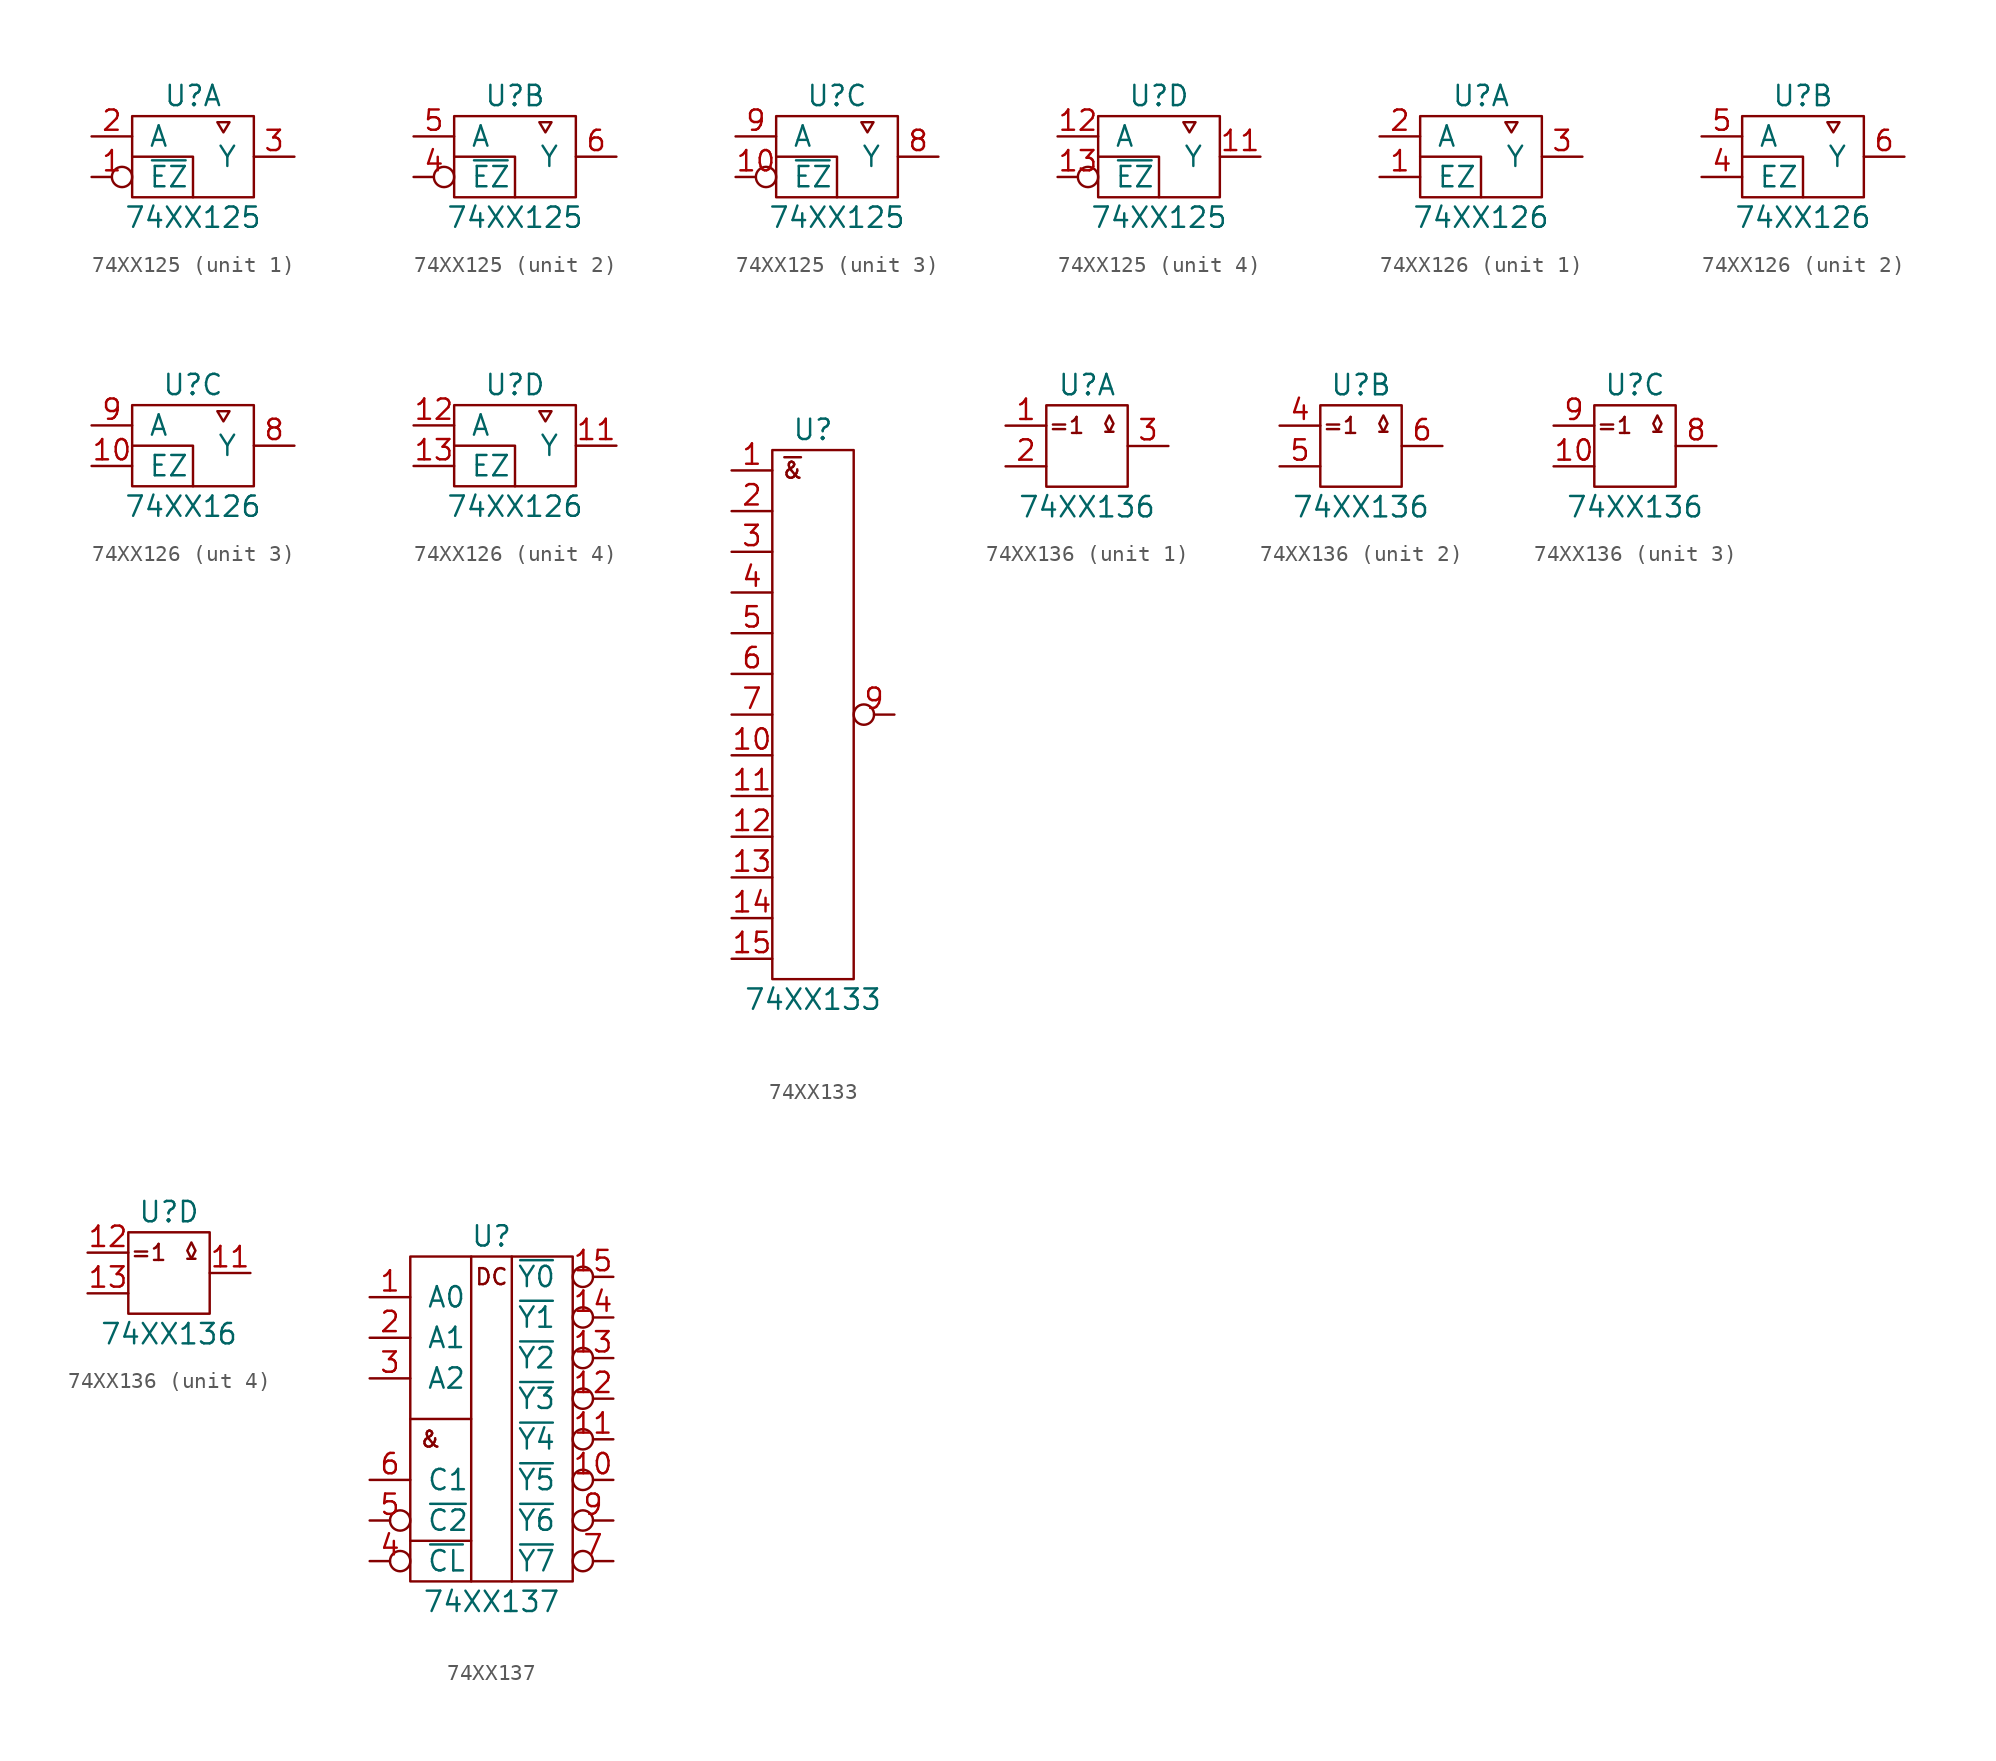
<source format=kicad_sym>
(kicad_symbol_lib
  (version 20211014)
  (generator kicad_symbol_editor)
  (symbol "74XX125"
    (pin_names
      (offset 1.016))
    (property "Reference" "U"
      (at 0 3.81 0)
      (effects (font (size 1.27 1.27))))
    (property "Value" "74XX125"
      (at 0 -3.81 0)
      (effects (font (size 1.27 1.27))))
    (symbol "74XX125_0_1"
      (polyline (pts (xy -3.81 0) (xy 0 0) (xy 0 -2.54)) (stroke (width 0) (type default) (color 0 0 0 0)) (fill (type none)))
      (polyline (pts (xy 1.905 1.524) (xy 1.524 2.159) (xy 2.286 2.159) (xy 1.905 1.524)) (stroke (width 0) (type default) (color 0 0 0 0)) (fill (type none)))
      (rectangle (start 3.81 -2.54) (end -3.81 2.54) (stroke (width 0) (type default) (color 0 0 0 0)) (fill (type none)))
      (pin power_in line (at 3.81 2.54 180) (length 0) hide (name "VCC" (effects (font (size 1.27 1.27)))) (number "14" (effects (font (size 1.27 1.27)))))
      (pin power_in line (at 3.81 -2.54 180) (length 0) hide (name "GND" (effects (font (size 1.27 1.27)))) (number "7" (effects (font (size 1.27 1.27))))))
    (symbol "74XX125_1_1"
      (pin input inverted (at -6.35 -1.27 0) (length 2.54) (name "~{EZ}" (effects (font (size 1.27 1.27)))) (number "1" (effects (font (size 1.27 1.27)))))
      (pin input line (at -6.35 1.27 0) (length 2.54) (name "A" (effects (font (size 1.27 1.27)))) (number "2" (effects (font (size 1.27 1.27)))))
      (pin tri_state line (at 6.35 0 180) (length 2.54) (name "Y" (effects (font (size 1.27 1.27)))) (number "3" (effects (font (size 1.27 1.27))))))
    (symbol "74XX125_2_1"
      (pin input inverted (at -6.35 -1.27 0) (length 2.54) (name "~{EZ}" (effects (font (size 1.27 1.27)))) (number "4" (effects (font (size 1.27 1.27)))))
      (pin input line (at -6.35 1.27 0) (length 2.54) (name "A" (effects (font (size 1.27 1.27)))) (number "5" (effects (font (size 1.27 1.27)))))
      (pin tri_state line (at 6.35 0 180) (length 2.54) (name "Y" (effects (font (size 1.27 1.27)))) (number "6" (effects (font (size 1.27 1.27))))))
    (symbol "74XX125_3_1"
      (pin input inverted (at -6.35 -1.27 0) (length 2.54) (name "~{EZ}" (effects (font (size 1.27 1.27)))) (number "10" (effects (font (size 1.27 1.27)))))
      (pin tri_state line (at 6.35 0 180) (length 2.54) (name "Y" (effects (font (size 1.27 1.27)))) (number "8" (effects (font (size 1.27 1.27)))))
      (pin input line (at -6.35 1.27 0) (length 2.54) (name "A" (effects (font (size 1.27 1.27)))) (number "9" (effects (font (size 1.27 1.27))))))
    (symbol "74XX125_4_1"
      (pin tri_state line (at 6.35 0 180) (length 2.54) (name "Y" (effects (font (size 1.27 1.27)))) (number "11" (effects (font (size 1.27 1.27)))))
      (pin input line (at -6.35 1.27 0) (length 2.54) (name "A" (effects (font (size 1.27 1.27)))) (number "12" (effects (font (size 1.27 1.27)))))
      (pin input inverted (at -6.35 -1.27 0) (length 2.54) (name "~{EZ}" (effects (font (size 1.27 1.27)))) (number "13" (effects (font (size 1.27 1.27)))))))
  (symbol "74XX126"
    (pin_names
      (offset 1.016))
    (property "Reference" "U"
      (at 0 3.81 0)
      (effects (font (size 1.27 1.27))))
    (property "Value" "74XX126"
      (at 0 -3.81 0)
      (effects (font (size 1.27 1.27))))
    (symbol "74XX126_0_1"
      (polyline (pts (xy -3.81 0) (xy 0 0) (xy 0 -2.54)) (stroke (width 0) (type default) (color 0 0 0 0)) (fill (type none)))
      (polyline (pts (xy 1.905 1.524) (xy 1.524 2.159) (xy 2.286 2.159) (xy 1.905 1.524)) (stroke (width 0) (type default) (color 0 0 0 0)) (fill (type none)))
      (rectangle (start 3.81 -2.54) (end -3.81 2.54) (stroke (width 0) (type default) (color 0 0 0 0)) (fill (type none)))
      (pin power_in line (at 3.81 2.54 180) (length 0) hide (name "VCC" (effects (font (size 1.27 1.27)))) (number "14" (effects (font (size 1.27 1.27)))))
      (pin power_in line (at 3.81 -2.54 180) (length 0) hide (name "GND" (effects (font (size 1.27 1.27)))) (number "7" (effects (font (size 1.27 1.27))))))
    (symbol "74XX126_1_1"
      (pin input line (at -6.35 -1.27 0) (length 2.54) (name "EZ" (effects (font (size 1.27 1.27)))) (number "1" (effects (font (size 1.27 1.27)))))
      (pin input line (at -6.35 1.27 0) (length 2.54) (name "A" (effects (font (size 1.27 1.27)))) (number "2" (effects (font (size 1.27 1.27)))))
      (pin tri_state line (at 6.35 0 180) (length 2.54) (name "Y" (effects (font (size 1.27 1.27)))) (number "3" (effects (font (size 1.27 1.27))))))
    (symbol "74XX126_2_1"
      (pin input line (at -6.35 -1.27 0) (length 2.54) (name "EZ" (effects (font (size 1.27 1.27)))) (number "4" (effects (font (size 1.27 1.27)))))
      (pin input line (at -6.35 1.27 0) (length 2.54) (name "A" (effects (font (size 1.27 1.27)))) (number "5" (effects (font (size 1.27 1.27)))))
      (pin tri_state line (at 6.35 0 180) (length 2.54) (name "Y" (effects (font (size 1.27 1.27)))) (number "6" (effects (font (size 1.27 1.27))))))
    (symbol "74XX126_3_1"
      (pin input line (at -6.35 -1.27 0) (length 2.54) (name "EZ" (effects (font (size 1.27 1.27)))) (number "10" (effects (font (size 1.27 1.27)))))
      (pin tri_state line (at 6.35 0 180) (length 2.54) (name "Y" (effects (font (size 1.27 1.27)))) (number "8" (effects (font (size 1.27 1.27)))))
      (pin input line (at -6.35 1.27 0) (length 2.54) (name "A" (effects (font (size 1.27 1.27)))) (number "9" (effects (font (size 1.27 1.27))))))
    (symbol "74XX126_4_1"
      (pin tri_state line (at 6.35 0 180) (length 2.54) (name "Y" (effects (font (size 1.27 1.27)))) (number "11" (effects (font (size 1.27 1.27)))))
      (pin input line (at -6.35 1.27 0) (length 2.54) (name "A" (effects (font (size 1.27 1.27)))) (number "12" (effects (font (size 1.27 1.27)))))
      (pin input line (at -6.35 -1.27 0) (length 2.54) (name "EZ" (effects (font (size 1.27 1.27)))) (number "13" (effects (font (size 1.27 1.27)))))))
  (symbol "74XX133"
    (pin_names
      (offset 1.016) hide)
    (property "Reference" "U"
      (at 0 17.78 0)
      (effects (font (size 1.27 1.27))))
    (property "Value" "74XX133"
      (at 0 -17.78 0)
      (effects (font (size 1.27 1.27))))
    (symbol "74XX133_0_0"
      (text "~{&}" (at -1.27 15.24 0) (effects (font (size 1 1)))))
    (symbol "74XX133_0_1"
      (rectangle (start -2.54 -16.51) (end 2.54 16.51) (stroke (width 0) (type default) (color 0 0 0 0)) (fill (type none)))
      (pin power_in line (at 2.54 16.51 180) (length 0) hide (name "VCC" (effects (font (size 1.27 1.27)))) (number "16" (effects (font (size 1.27 1.27)))))
      (pin power_in line (at 2.54 -16.51 180) (length 0) hide (name "GND" (effects (font (size 1.27 1.27)))) (number "8" (effects (font (size 1.27 1.27))))))
    (symbol "74XX133_1_1"
      (pin input line (at -5.08 15.24 0) (length 2.54) (name "A" (effects (font (size 1.27 1.27)))) (number "1" (effects (font (size 1.27 1.27)))))
      (pin input line (at -5.08 -2.54 0) (length 2.54) (name "H" (effects (font (size 1.27 1.27)))) (number "10" (effects (font (size 1.27 1.27)))))
      (pin input line (at -5.08 -5.08 0) (length 2.54) (name "I" (effects (font (size 1.27 1.27)))) (number "11" (effects (font (size 1.27 1.27)))))
      (pin input line (at -5.08 -7.62 0) (length 2.54) (name "J" (effects (font (size 1.27 1.27)))) (number "12" (effects (font (size 1.27 1.27)))))
      (pin input line (at -5.08 -10.16 0) (length 2.54) (name "K" (effects (font (size 1.27 1.27)))) (number "13" (effects (font (size 1.27 1.27)))))
      (pin input line (at -5.08 -12.7 0) (length 2.54) (name "L" (effects (font (size 1.27 1.27)))) (number "14" (effects (font (size 1.27 1.27)))))
      (pin input line (at -5.08 -15.24 0) (length 2.54) (name "M" (effects (font (size 1.27 1.27)))) (number "15" (effects (font (size 1.27 1.27)))))
      (pin input line (at -5.08 12.7 0) (length 2.54) (name "B" (effects (font (size 1.27 1.27)))) (number "2" (effects (font (size 1.27 1.27)))))
      (pin input line (at -5.08 10.16 0) (length 2.54) (name "C" (effects (font (size 1.27 1.27)))) (number "3" (effects (font (size 1.27 1.27)))))
      (pin input line (at -5.08 7.62 0) (length 2.54) (name "D" (effects (font (size 1.27 1.27)))) (number "4" (effects (font (size 1.27 1.27)))))
      (pin input line (at -5.08 5.08 0) (length 2.54) (name "E" (effects (font (size 1.27 1.27)))) (number "5" (effects (font (size 1.27 1.27)))))
      (pin input line (at -5.08 2.54 0) (length 2.54) (name "F" (effects (font (size 1.27 1.27)))) (number "6" (effects (font (size 1.27 1.27)))))
      (pin input line (at -5.08 0 0) (length 2.54) (name "G" (effects (font (size 1.27 1.27)))) (number "7" (effects (font (size 1.27 1.27)))))
      (pin output inverted (at 5.08 0 180) (length 2.54) (name "~{Y}" (effects (font (size 1.27 1.27)))) (number "9" (effects (font (size 1.27 1.27)))))))
  (symbol "74XX136"
    (pin_names
      (offset 1.016) hide)
    (property "Reference" "U"
      (at 0 3.81 0)
      (effects (font (size 1.27 1.27))))
    (property "Value" "74XX136"
      (at 0 -3.81 0)
      (effects (font (size 1.27 1.27))))
    (symbol "74XX136_0_0"
      (polyline (pts (xy 1.143 0.889) (xy 1.651 0.889)) (stroke (width 0) (type default) (color 0 0 0 0)) (fill (type none)))
      (polyline (pts (xy 1.397 1.905) (xy 1.143 1.397) (xy 1.397 0.889) (xy 1.651 1.397) (xy 1.397 1.905)) (stroke (width 0) (type default) (color 0 0 0 0)) (fill (type none)))
      (text "=1" (at -1.27 1.27 0) (effects (font (size 1 1)))))
    (symbol "74XX136_0_1"
      (rectangle (start -2.54 -2.54) (end 2.54 2.54) (stroke (width 0) (type default) (color 0 0 0 0)) (fill (type none)))
      (pin power_in line (at 2.54 2.54 180) (length 0) hide (name "VCC" (effects (font (size 1.27 1.27)))) (number "14" (effects (font (size 1.27 1.27)))))
      (pin power_in line (at 2.54 -2.54 180) (length 0) hide (name "GND" (effects (font (size 1.27 1.27)))) (number "7" (effects (font (size 1.27 1.27))))))
    (symbol "74XX136_1_1"
      (pin input line (at -5.08 1.27 0) (length 2.54) (name "A" (effects (font (size 1.27 1.27)))) (number "1" (effects (font (size 1.27 1.27)))))
      (pin input line (at -5.08 -1.27 0) (length 2.54) (name "B" (effects (font (size 1.27 1.27)))) (number "2" (effects (font (size 1.27 1.27)))))
      (pin output line (at 5.08 0 180) (length 2.54) (name "Y" (effects (font (size 1.27 1.27)))) (number "3" (effects (font (size 1.27 1.27))))))
    (symbol "74XX136_2_1"
      (pin input line (at -5.08 1.27 0) (length 2.54) (name "A" (effects (font (size 1.27 1.27)))) (number "4" (effects (font (size 1.27 1.27)))))
      (pin input line (at -5.08 -1.27 0) (length 2.54) (name "B" (effects (font (size 1.27 1.27)))) (number "5" (effects (font (size 1.27 1.27)))))
      (pin output line (at 5.08 0 180) (length 2.54) (name "Y" (effects (font (size 1.27 1.27)))) (number "6" (effects (font (size 1.27 1.27))))))
    (symbol "74XX136_3_1"
      (pin input line (at -5.08 -1.27 0) (length 2.54) (name "B" (effects (font (size 1.27 1.27)))) (number "10" (effects (font (size 1.27 1.27)))))
      (pin output line (at 5.08 0 180) (length 2.54) (name "Y" (effects (font (size 1.27 1.27)))) (number "8" (effects (font (size 1.27 1.27)))))
      (pin input line (at -5.08 1.27 0) (length 2.54) (name "A" (effects (font (size 1.27 1.27)))) (number "9" (effects (font (size 1.27 1.27))))))
    (symbol "74XX136_4_1"
      (pin output line (at 5.08 0 180) (length 2.54) (name "Y" (effects (font (size 1.27 1.27)))) (number "11" (effects (font (size 1.27 1.27)))))
      (pin input line (at -5.08 1.27 0) (length 2.54) (name "A" (effects (font (size 1.27 1.27)))) (number "12" (effects (font (size 1.27 1.27)))))
      (pin input line (at -5.08 -1.27 0) (length 2.54) (name "B" (effects (font (size 1.27 1.27)))) (number "13" (effects (font (size 1.27 1.27)))))))
  (symbol "74XX137"
    (pin_names
      (offset 1.016))
    (property "Reference" "U"
      (at 0 11.43 0)
      (effects (font (size 1.27 1.27))))
    (property "Value" "74XX137"
      (at 0 -11.43 0)
      (effects (font (size 1.27 1.27))))
    (symbol "74XX137_0_0"
      (text "&" (at -3.81 -1.27 0) (effects (font (size 1 1))))
      (text "DC" (at 0 8.89 0) (effects (font (size 1 1)))))
    (symbol "74XX137_0_1"
      (rectangle (start -5.08 10.16) (end 5.08 -10.16) (stroke (width 0) (type default) (color 0 0 0 0)) (fill (type none)))
      (polyline (pts (xy -5.08 -7.62) (xy -1.27 -7.62)) (stroke (width 0) (type default) (color 0 0 0 0)) (fill (type none)))
      (polyline (pts (xy -5.08 0) (xy -1.27 0)) (stroke (width 0) (type default) (color 0 0 0 0)) (fill (type none)))
      (polyline (pts (xy -1.27 10.16) (xy -1.27 -10.16)) (stroke (width 0) (type default) (color 0 0 0 0)) (fill (type none)))
      (polyline (pts (xy 1.27 10.16) (xy 1.27 -10.16)) (stroke (width 0) (type default) (color 0 0 0 0)) (fill (type none)))
      (pin power_in line (at 5.08 10.16 180) (length 0) hide (name "VCC" (effects (font (size 1.27 1.27)))) (number "16" (effects (font (size 1.27 1.27)))))
      (pin power_in line (at 5.08 -10.16 180) (length 0) hide (name "GND" (effects (font (size 1.27 1.27)))) (number "8" (effects (font (size 1.27 1.27))))))
    (symbol "74XX137_1_1"
      (pin input line (at -7.62 7.62 0) (length 2.54) (name "A0" (effects (font (size 1.27 1.27)))) (number "1" (effects (font (size 1.27 1.27)))))
      (pin output inverted (at 7.62 -3.81 180) (length 2.54) (name "~{Y5}" (effects (font (size 1.27 1.27)))) (number "10" (effects (font (size 1.27 1.27)))))
      (pin output inverted (at 7.62 -1.27 180) (length 2.54) (name "~{Y4}" (effects (font (size 1.27 1.27)))) (number "11" (effects (font (size 1.27 1.27)))))
      (pin output inverted (at 7.62 1.27 180) (length 2.54) (name "~{Y3}" (effects (font (size 1.27 1.27)))) (number "12" (effects (font (size 1.27 1.27)))))
      (pin output inverted (at 7.62 3.81 180) (length 2.54) (name "~{Y2}" (effects (font (size 1.27 1.27)))) (number "13" (effects (font (size 1.27 1.27)))))
      (pin output inverted (at 7.62 6.35 180) (length 2.54) (name "~{Y1}" (effects (font (size 1.27 1.27)))) (number "14" (effects (font (size 1.27 1.27)))))
      (pin output inverted (at 7.62 8.89 180) (length 2.54) (name "~{Y0}" (effects (font (size 1.27 1.27)))) (number "15" (effects (font (size 1.27 1.27)))))
      (pin input line (at -7.62 5.08 0) (length 2.54) (name "A1" (effects (font (size 1.27 1.27)))) (number "2" (effects (font (size 1.27 1.27)))))
      (pin input line (at -7.62 2.54 0) (length 2.54) (name "A2" (effects (font (size 1.27 1.27)))) (number "3" (effects (font (size 1.27 1.27)))))
      (pin input inverted (at -7.62 -8.89 0) (length 2.54) (name "~{CL}" (effects (font (size 1.27 1.27)))) (number "4" (effects (font (size 1.27 1.27)))))
      (pin input inverted (at -7.62 -6.35 0) (length 2.54) (name "~{C2}" (effects (font (size 1.27 1.27)))) (number "5" (effects (font (size 1.27 1.27)))))
      (pin input line (at -7.62 -3.81 0) (length 2.54) (name "C1" (effects (font (size 1.27 1.27)))) (number "6" (effects (font (size 1.27 1.27)))))
      (pin output inverted (at 7.62 -8.89 180) (length 2.54) (name "~{Y7}" (effects (font (size 1.27 1.27)))) (number "7" (effects (font (size 1.27 1.27)))))
      (pin output inverted (at 7.62 -6.35 180) (length 2.54) (name "~{Y6}" (effects (font (size 1.27 1.27)))) (number "9" (effects (font (size 1.27 1.27))))))))
</source>
